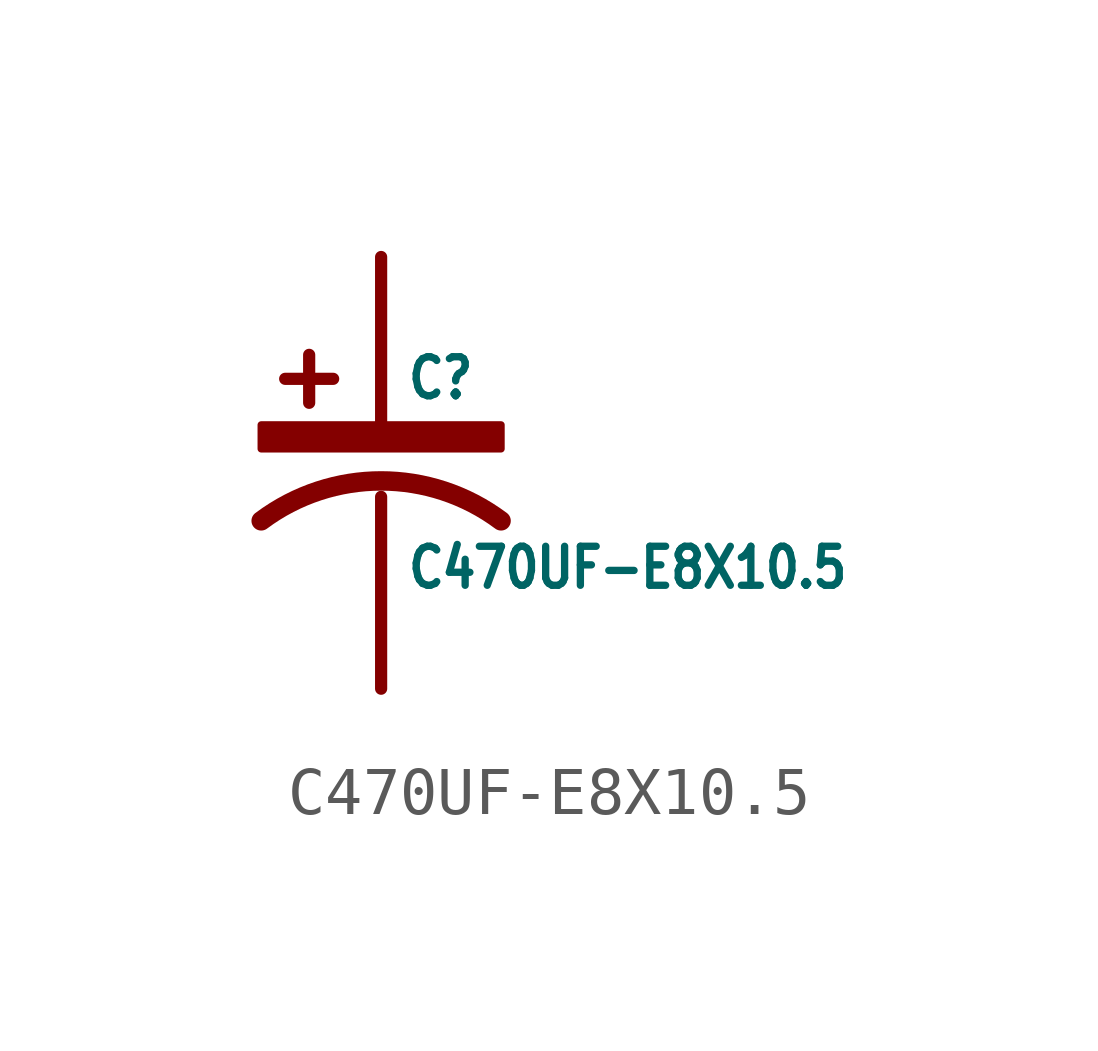
<source format=kicad_sym>
(kicad_symbol_lib
  (version 20211014)
  (generator kicad_symbol_editor)
  (symbol "C470UF-E8X10.5"
    (property "Reference" "C"
      (at 0.5 1.5 0)
      (effects (font (size 0.813 0.691)) (justify left bottom)))
    (property "Value" "C470UF-E8X10.5"
      (at 0.5 -1.5 0)
      (effects (font (size 0.813 0.691)) (justify left top)))
    (property "ki_locked" ""
      (at 0 0 0)
      (effects (font (size 1.27 1.27))))
    (symbol "C470UF-E8X10.5_1_0"
      (rectangle (start -2.5 0.5) (end 2.5 1) (stroke (width 0) (type default) (color 0 0 0 0)) (fill (type outline)))
      (polyline (pts (xy -2 1.96) (xy -1 1.96)) (stroke (width 0.254) (type default) (color 0 0 0 0)) (fill (type none)))
      (polyline (pts (xy -1.5 2.46) (xy -1.5 1.46)) (stroke (width 0.254) (type default) (color 0 0 0 0)) (fill (type none)))
      (polyline (pts (xy 0 -0.5) (xy 0 -4.5)) (stroke (width 0.254) (type default) (color 0 0 0 0)) (fill (type none)))
      (polyline (pts (xy 0 1) (xy 0 4.5)) (stroke (width 0.254) (type default) (color 0 0 0 0)) (fill (type none)))
      (arc (start 2.5 -1) (mid 0 -0.1683) (end -2.5 -1) (stroke (width 0.4064) (type default) (color 0 0 0 0)) (fill (type none)))
      (pin passive line (at 0 4.5 270) (length 0) (name "+" (effects (font (size 0 0)))) (number "1" (effects (font (size 0 0)))))
      (pin bidirectional line (at 0 -4.5 90) (length 0) (name "-" (effects (font (size 0 0)))) (number "2" (effects (font (size 0 0))))))))
</source>
